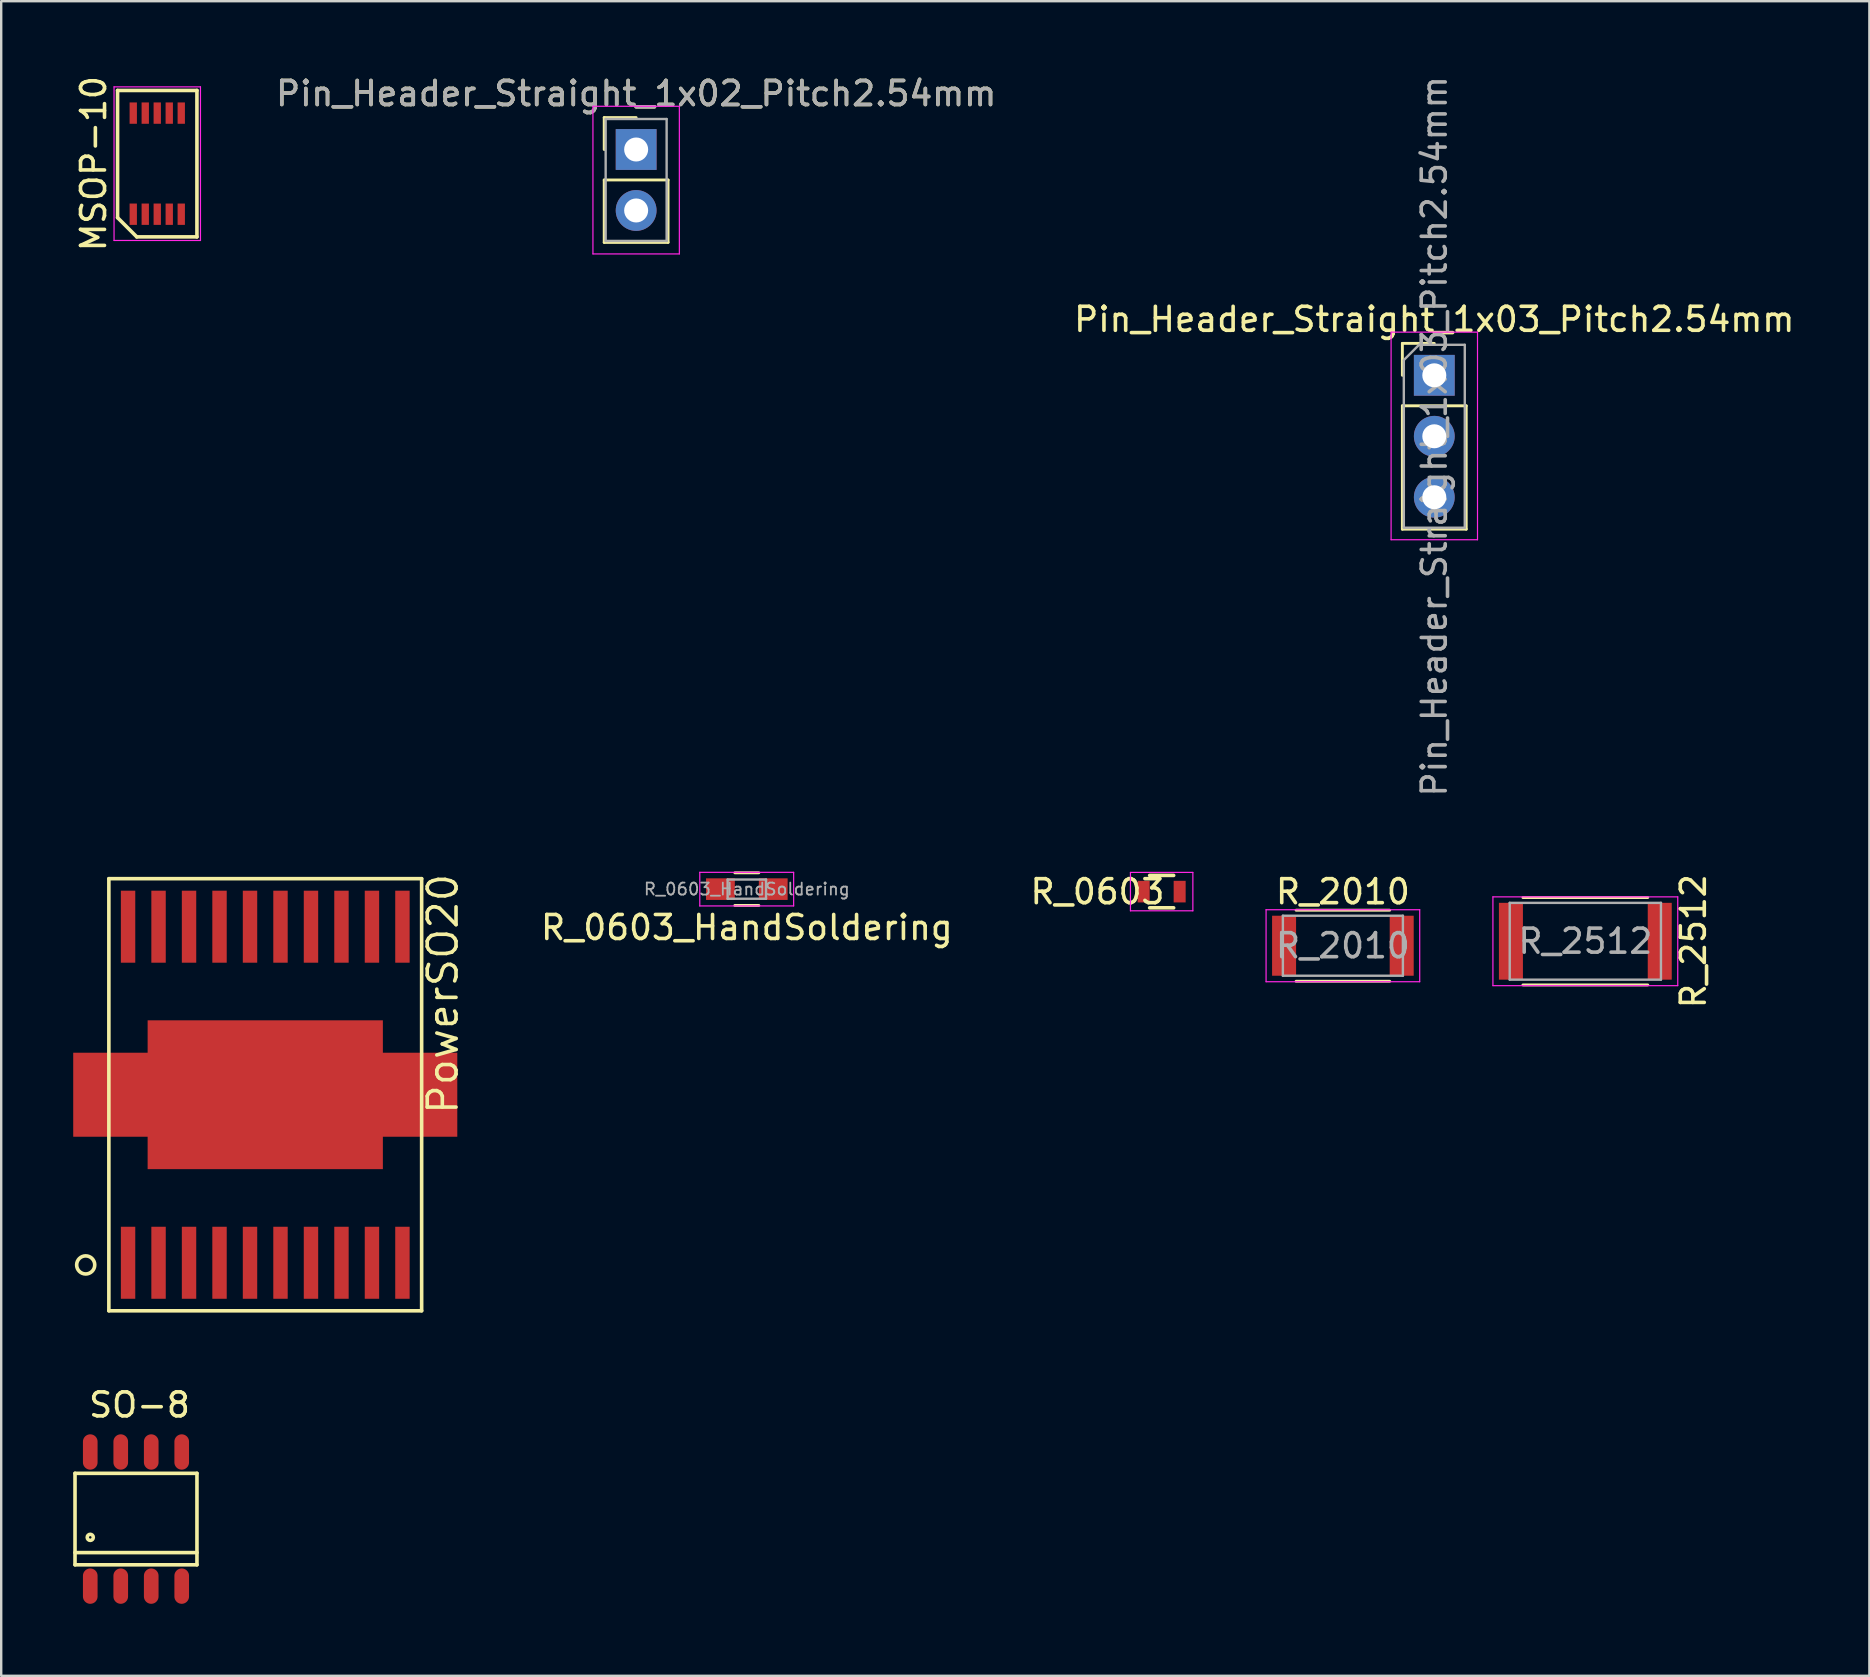
<source format=kicad_pcb>
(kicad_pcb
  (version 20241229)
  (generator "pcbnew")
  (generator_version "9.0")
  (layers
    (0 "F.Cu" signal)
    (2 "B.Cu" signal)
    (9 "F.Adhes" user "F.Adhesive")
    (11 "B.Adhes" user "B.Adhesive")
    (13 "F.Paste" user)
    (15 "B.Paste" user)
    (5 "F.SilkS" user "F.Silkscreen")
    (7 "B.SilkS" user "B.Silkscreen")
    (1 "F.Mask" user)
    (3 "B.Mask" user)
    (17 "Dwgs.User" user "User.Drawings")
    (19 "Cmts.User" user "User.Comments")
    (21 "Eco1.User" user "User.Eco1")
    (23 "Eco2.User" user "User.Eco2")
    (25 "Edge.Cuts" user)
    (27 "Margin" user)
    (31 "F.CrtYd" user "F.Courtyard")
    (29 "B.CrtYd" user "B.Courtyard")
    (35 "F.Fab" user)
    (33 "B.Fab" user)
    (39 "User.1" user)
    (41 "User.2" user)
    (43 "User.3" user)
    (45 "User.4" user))
  (footprint "R_0603_HandSoldering"
    (layer "F.Cu")
    (at 28.062 33.99)
    (property "Reference" "R_0603_HandSoldering" (at 0 1.6 0) (layer "F.SilkS") (effects (font (size 1 1) (thickness 0.15))))
    (attr smd)
    (fp_line (start -0.5 -0.68) (end 0.5 -0.68) (stroke (width 0.12) (type solid)) (layer "F.SilkS"))
    (fp_line (start 0.5 0.68) (end -0.5 0.68) (stroke (width 0.12) (type solid)) (layer "F.SilkS"))
    (fp_line (start -1.96 -0.7) (end -1.96 0.7) (stroke (width 0.05) (type solid)) (layer "F.CrtYd"))
    (fp_line (start -1.96 -0.7) (end 1.95 -0.7) (stroke (width 0.05) (type solid)) (layer "F.CrtYd"))
    (fp_line (start 1.95 0.7) (end -1.96 0.7) (stroke (width 0.05) (type solid)) (layer "F.CrtYd"))
    (fp_line (start 1.95 0.7) (end 1.95 -0.7) (stroke (width 0.05) (type solid)) (layer "F.CrtYd"))
    (fp_line (start -0.8 -0.4) (end 0.8 -0.4) (stroke (width 0.1) (type solid)) (layer "F.Fab"))
    (fp_line (start -0.8 0.4) (end -0.8 -0.4) (stroke (width 0.1) (type solid)) (layer "F.Fab"))
    (fp_line (start 0.8 -0.4) (end 0.8 0.4) (stroke (width 0.1) (type solid)) (layer "F.Fab"))
    (fp_line (start 0.8 0.4) (end -0.8 0.4) (stroke (width 0.1) (type solid)) (layer "F.Fab"))
    (fp_text user "${REFERENCE}" (at 0 0 0) (layer "F.Fab") (effects (font (size 0.5 0.5) (thickness 0.075))))
    (pad "1" smd rect (at -1.1 0) (size 1.2 0.9) (layers "F.Cu" "F.Mask" "F.Paste"))
    (pad "2" smd rect (at 1.1 0) (size 1.2 0.9) (layers "F.Cu" "F.Mask" "F.Paste")))
  (footprint "SO-8"
    (layer "F.Cu")
    (at 2.615 60.232)
    (property "Reference" "SO-8" (at 0.146 -4.754 0) (layer "F.SilkS") (effects (font (size 1 1) (thickness 0.15))))
    (attr through_hole)
    (fp_line (start -2.54 -1.905) (end 2.54 -1.905) (stroke (width 0.15) (type solid)) (layer "F.SilkS"))
    (fp_line (start -2.54 1.397) (end 2.54 1.397) (stroke (width 0.15) (type solid)) (layer "F.SilkS"))
    (fp_line (start -2.54 1.905) (end -2.54 -1.905) (stroke (width 0.15) (type solid)) (layer "F.SilkS"))
    (fp_line (start -2.54 1.905) (end 2.54 1.905) (stroke (width 0.15) (type solid)) (layer "F.SilkS"))
    (fp_line (start 2.54 1.905) (end 2.54 -1.905) (stroke (width 0.15) (type solid)) (layer "F.SilkS"))
    (fp_circle (center -1.905 0.762) (end -1.778 0.762) (stroke (width 0.15) (type solid)) (fill no) (layer "F.SilkS"))
    (pad "1" smd oval (at -1.905 2.794) (size 0.61 1.473) (layers "F.Cu" "F.Mask" "F.Paste"))
    (pad "2" smd oval (at -0.635 2.794) (size 0.61 1.473) (layers "F.Cu" "F.Mask" "F.Paste"))
    (pad "3" smd oval (at 0.635 2.794) (size 0.61 1.473) (layers "F.Cu" "F.Mask" "F.Paste"))
    (pad "4" smd oval (at 1.905 2.794) (size 0.61 1.473) (layers "F.Cu" "F.Mask" "F.Paste"))
    (pad "5" smd oval (at 1.905 -2.794) (size 0.61 1.473) (layers "F.Cu" "F.Mask" "F.Paste"))
    (pad "6" smd oval (at 0.635 -2.794) (size 0.61 1.473) (layers "F.Cu" "F.Mask" "F.Paste"))
    (pad "7" smd oval (at -0.635 -2.794) (size 0.61 1.473) (layers "F.Cu" "F.Mask" "F.Paste"))
    (pad "8" smd oval (at -1.905 -2.794) (size 0.61 1.473) (layers "F.Cu" "F.Mask" "F.Paste")))
  (footprint "Pin_Header_Straight_1x02_Pitch2.54mm"
    (layer "F.Cu")
    (at 23.451 3.178)
    (property "Reference" "Pin_Header_Straight_1x02_Pitch2.54mm" (at 0 -2.33 0) (layer "F.SilkS") (effects (font (size 1 1) (thickness 0.15))))
    (attr through_hole)
    (fp_line (start -1.33 -1.33) (end 0 -1.33) (stroke (width 0.12) (type solid)) (layer "F.SilkS"))
    (fp_line (start -1.33 0) (end -1.33 -1.33) (stroke (width 0.12) (type solid)) (layer "F.SilkS"))
    (fp_line (start -1.33 1.27) (end -1.33 3.87) (stroke (width 0.12) (type solid)) (layer "F.SilkS"))
    (fp_line (start -1.33 3.87) (end 1.33 3.87) (stroke (width 0.12) (type solid)) (layer "F.SilkS"))
    (fp_line (start 1.33 1.27) (end -1.33 1.27) (stroke (width 0.12) (type solid)) (layer "F.SilkS"))
    (fp_line (start 1.33 3.87) (end 1.33 1.27) (stroke (width 0.12) (type solid)) (layer "F.SilkS"))
    (fp_line (start -1.8 -1.8) (end -1.8 4.35) (stroke (width 0.05) (type solid)) (layer "F.CrtYd"))
    (fp_line (start -1.8 4.35) (end 1.8 4.35) (stroke (width 0.05) (type solid)) (layer "F.CrtYd"))
    (fp_line (start 1.8 -1.8) (end -1.8 -1.8) (stroke (width 0.05) (type solid)) (layer "F.CrtYd"))
    (fp_line (start 1.8 4.35) (end 1.8 -1.8) (stroke (width 0.05) (type solid)) (layer "F.CrtYd"))
    (fp_line (start -1.27 -1.27) (end -1.27 3.81) (stroke (width 0.1) (type solid)) (layer "F.Fab"))
    (fp_line (start -1.27 3.81) (end 1.27 3.81) (stroke (width 0.1) (type solid)) (layer "F.Fab"))
    (fp_line (start 1.27 -1.27) (end -1.27 -1.27) (stroke (width 0.1) (type solid)) (layer "F.Fab"))
    (fp_line (start 1.27 3.81) (end 1.27 -1.27) (stroke (width 0.1) (type solid)) (layer "F.Fab"))
    (fp_text user "${REFERENCE}" (at 0 -2.33 0) (layer "F.Fab") (effects (font (size 1 1) (thickness 0.15))))
    (pad "1" thru_hole rect (at 0 0) (size 1.7 1.7) (drill 1) (layers "*.Cu" "*.Mask"))
    (pad "2" thru_hole oval (at 0 2.54) (size 1.7 1.7) (drill 1) (layers "*.Cu" "*.Mask")))
  (footprint "PowerSO20"
    (layer "F.Cu")
    (at 8 42.555)
    (property "Reference" "PowerSO20" (at 7.4 -4.2 90) (layer "F.SilkS") (effects (font (size 1.2 1.2) (thickness 0.15))))
    (attr through_hole)
    (fp_line (start -6.515 -9) (end -6.515 9) (stroke (width 0.15) (type solid)) (layer "F.SilkS"))
    (fp_line (start -6.515 9) (end 6.515 9) (stroke (width 0.15) (type solid)) (layer "F.SilkS"))
    (fp_line (start 6.515 -9) (end -6.515 -9) (stroke (width 0.15) (type solid)) (layer "F.SilkS"))
    (fp_line (start 6.515 9) (end 6.515 -9) (stroke (width 0.15) (type solid)) (layer "F.SilkS"))
    (fp_circle (center -7.48 7.09) (end -7.13 7.23) (stroke (width 0.15) (type solid)) (fill no) (layer "F.SilkS"))
    (pad "1" smd rect (at -5.715 7) (size 0.6 3) (layers "F.Cu" "F.Mask" "F.Paste"))
    (pad "2" smd rect (at -4.445 7) (size 0.6 3) (layers "F.Cu" "F.Mask" "F.Paste"))
    (pad "3" smd rect (at -3.175 7) (size 0.6 3) (layers "F.Cu" "F.Mask" "F.Paste"))
    (pad "4" smd rect (at -1.905 7) (size 0.6 3) (layers "F.Cu" "F.Mask" "F.Paste"))
    (pad "5" smd rect (at -0.635 7) (size 0.6 3) (layers "F.Cu" "F.Mask" "F.Paste"))
    (pad "6" smd rect (at 0.635 7) (size 0.6 3) (layers "F.Cu" "F.Mask" "F.Paste"))
    (pad "7" smd rect (at 1.905 7) (size 0.6 3) (layers "F.Cu" "F.Mask" "F.Paste"))
    (pad "8" smd rect (at 3.175 7) (size 0.6 3) (layers "F.Cu" "F.Mask" "F.Paste"))
    (pad "9" smd rect (at 4.445 7) (size 0.6 3) (layers "F.Cu" "F.Mask" "F.Paste"))
    (pad "10" smd rect (at 5.715 7) (size 0.6 3) (layers "F.Cu" "F.Mask" "F.Paste"))
    (pad "11" smd rect (at 5.715 -7) (size 0.6 3) (layers "F.Cu" "F.Mask" "F.Paste"))
    (pad "12" smd rect (at 4.445 -7) (size 0.6 3) (layers "F.Cu" "F.Mask" "F.Paste"))
    (pad "13" smd rect (at 3.175 -7) (size 0.6 3) (layers "F.Cu" "F.Mask" "F.Paste"))
    (pad "14" smd rect (at 1.905 -7) (size 0.6 3) (layers "F.Cu" "F.Mask" "F.Paste"))
    (pad "15" smd rect (at 0.635 -7) (size 0.6 3) (layers "F.Cu" "F.Mask" "F.Paste"))
    (pad "16" smd rect (at -0.635 -7) (size 0.6 3) (layers "F.Cu" "F.Mask" "F.Paste"))
    (pad "17" smd rect (at -1.905 -7) (size 0.6 3) (layers "F.Cu" "F.Mask" "F.Paste"))
    (pad "18" smd rect (at -3.175 -7) (size 0.6 3) (layers "F.Cu" "F.Mask" "F.Paste"))
    (pad "19" smd rect (at -4.445 -7) (size 0.6 3) (layers "F.Cu" "F.Mask" "F.Paste"))
    (pad "20" smd rect (at -5.715 -7) (size 0.6 3) (layers "F.Cu" "F.Mask" "F.Paste"))
    (pad "EP" smd rect (at 0 0) (size 9.8 6.2) (layers "F.Cu" "F.Mask" "F.Paste"))
    (pad "EP" smd rect (at 0 0) (size 16 3.5) (layers "F.Cu" "F.Mask" "F.Paste")))
  (footprint "R_2512"
    (layer "F.Cu")
    (at 62.993 36.161)
    (property "Reference" "R_2512" (at 4.5 0 270) (layer "F.SilkS") (effects (font (size 1 1) (thickness 0.15))))
    (attr smd)
    (fp_line (start -2.6 -1.82) (end 2.6 -1.82) (stroke (width 0.12) (type solid)) (layer "F.SilkS"))
    (fp_line (start 2.6 1.82) (end -2.6 1.82) (stroke (width 0.12) (type solid)) (layer "F.SilkS"))
    (fp_line (start -3.85 -1.85) (end -3.85 1.85) (stroke (width 0.05) (type solid)) (layer "F.CrtYd"))
    (fp_line (start -3.85 -1.85) (end 3.85 -1.85) (stroke (width 0.05) (type solid)) (layer "F.CrtYd"))
    (fp_line (start 3.85 1.85) (end -3.85 1.85) (stroke (width 0.05) (type solid)) (layer "F.CrtYd"))
    (fp_line (start 3.85 1.85) (end 3.85 -1.85) (stroke (width 0.05) (type solid)) (layer "F.CrtYd"))
    (fp_line (start -3.15 -1.6) (end 3.15 -1.6) (stroke (width 0.1) (type solid)) (layer "F.Fab"))
    (fp_line (start -3.15 1.6) (end -3.15 -1.6) (stroke (width 0.1) (type solid)) (layer "F.Fab"))
    (fp_line (start 3.15 -1.6) (end 3.15 1.6) (stroke (width 0.1) (type solid)) (layer "F.Fab"))
    (fp_line (start 3.15 1.6) (end -3.15 1.6) (stroke (width 0.1) (type solid)) (layer "F.Fab"))
    (fp_text user "${REFERENCE}" (at 0 0 0) (layer "F.Fab") (effects (font (size 1 1) (thickness 0.15))))
    (pad "1" smd rect (at -3.1 0) (size 1 3.2) (layers "F.Cu" "F.Mask" "F.Paste"))
    (pad "2" smd rect (at 3.1 0) (size 1 3.2) (layers "F.Cu" "F.Mask" "F.Paste")))
  (footprint "R_2010"
    (layer "F.Cu")
    (at 52.893 36.348)
    (property "Reference" "R_2010" (at 0 -2.25 0) (layer "F.SilkS") (effects (font (size 1 1) (thickness 0.15))))
    (attr smd)
    (fp_line (start -1.95 -1.48) (end 1.95 -1.48) (stroke (width 0.12) (type solid)) (layer "F.SilkS"))
    (fp_line (start 1.95 1.48) (end -1.95 1.48) (stroke (width 0.12) (type solid)) (layer "F.SilkS"))
    (fp_line (start -3.2 -1.5) (end -3.2 1.5) (stroke (width 0.05) (type solid)) (layer "F.CrtYd"))
    (fp_line (start -3.2 -1.5) (end 3.2 -1.5) (stroke (width 0.05) (type solid)) (layer "F.CrtYd"))
    (fp_line (start 3.2 1.5) (end -3.2 1.5) (stroke (width 0.05) (type solid)) (layer "F.CrtYd"))
    (fp_line (start 3.2 1.5) (end 3.2 -1.5) (stroke (width 0.05) (type solid)) (layer "F.CrtYd"))
    (fp_line (start -2.5 -1.25) (end 2.5 -1.25) (stroke (width 0.1) (type solid)) (layer "F.Fab"))
    (fp_line (start -2.5 1.25) (end -2.5 -1.25) (stroke (width 0.1) (type solid)) (layer "F.Fab"))
    (fp_line (start 2.5 -1.25) (end 2.5 1.25) (stroke (width 0.1) (type solid)) (layer "F.Fab"))
    (fp_line (start 2.5 1.25) (end -2.5 1.25) (stroke (width 0.1) (type solid)) (layer "F.Fab"))
    (fp_text user "${REFERENCE}" (at 0 0 0) (layer "F.Fab") (effects (font (size 1 1) (thickness 0.15))))
    (pad "1" smd rect (at -2.45 0) (size 1 2.5) (layers "F.Cu" "F.Mask" "F.Paste"))
    (pad "2" smd rect (at 2.45 0) (size 1 2.5) (layers "F.Cu" "F.Mask" "F.Paste")))
  (footprint "Pin_Header_Straight_1x03_Pitch2.54mm"
    (layer "F.Cu")
    (at 56.701 12.585)
    (property "Reference" "Pin_Header_Straight_1x03_Pitch2.54mm" (at 0 -2.33 0) (layer "F.SilkS") (effects (font (size 1 1) (thickness 0.15))))
    (attr through_hole)
    (fp_line (start -1.33 -1.33) (end 0 -1.33) (stroke (width 0.12) (type solid)) (layer "F.SilkS"))
    (fp_line (start -1.33 0) (end -1.33 -1.33) (stroke (width 0.12) (type solid)) (layer "F.SilkS"))
    (fp_line (start -1.33 1.27) (end -1.33 6.41) (stroke (width 0.12) (type solid)) (layer "F.SilkS"))
    (fp_line (start -1.33 1.27) (end 1.33 1.27) (stroke (width 0.12) (type solid)) (layer "F.SilkS"))
    (fp_line (start -1.33 6.41) (end 1.33 6.41) (stroke (width 0.12) (type solid)) (layer "F.SilkS"))
    (fp_line (start 1.33 1.27) (end 1.33 6.41) (stroke (width 0.12) (type solid)) (layer "F.SilkS"))
    (fp_line (start -1.8 -1.8) (end -1.8 6.85) (stroke (width 0.05) (type solid)) (layer "F.CrtYd"))
    (fp_line (start -1.8 6.85) (end 1.8 6.85) (stroke (width 0.05) (type solid)) (layer "F.CrtYd"))
    (fp_line (start 1.8 -1.8) (end -1.8 -1.8) (stroke (width 0.05) (type solid)) (layer "F.CrtYd"))
    (fp_line (start 1.8 6.85) (end 1.8 -1.8) (stroke (width 0.05) (type solid)) (layer "F.CrtYd"))
    (fp_line (start -1.27 -0.635) (end -0.635 -1.27) (stroke (width 0.1) (type solid)) (layer "F.Fab"))
    (fp_line (start -1.27 6.35) (end -1.27 -0.635) (stroke (width 0.1) (type solid)) (layer "F.Fab"))
    (fp_line (start -0.635 -1.27) (end 1.27 -1.27) (stroke (width 0.1) (type solid)) (layer "F.Fab"))
    (fp_line (start 1.27 -1.27) (end 1.27 6.35) (stroke (width 0.1) (type solid)) (layer "F.Fab"))
    (fp_line (start 1.27 6.35) (end -1.27 6.35) (stroke (width 0.1) (type solid)) (layer "F.Fab"))
    (fp_text user "${REFERENCE}" (at 0 2.54 90) (layer "F.Fab") (effects (font (size 1 1) (thickness 0.15))))
    (pad "1" thru_hole rect (at 0 0) (size 1.7 1.7) (drill 1) (layers "*.Cu" "*.Mask"))
    (pad "2" thru_hole oval (at 0 2.54) (size 1.7 1.7) (drill 1) (layers "*.Cu" "*.Mask"))
    (pad "3" thru_hole oval (at 0 5.08) (size 1.7 1.7) (drill 1) (layers "*.Cu" "*.Mask")))
  (footprint "MSOP-10"
    (layer "F.Cu")
    (at 3.501 3.768)
    (property "Reference" "MSOP-10" (at -2.652 0 90) (layer "F.SilkS") (effects (font (size 1 1) (thickness 0.15))))
    (attr smd)
    (fp_line (start -1.653 -3.05) (end 1.653 -3.05) (stroke (width 0.15) (type solid)) (layer "F.SilkS"))
    (fp_line (start -1.653 2.25) (end -1.653 -3.05) (stroke (width 0.15) (type solid)) (layer "F.SilkS"))
    (fp_line (start -0.853 3.05) (end -1.653 2.25) (stroke (width 0.15) (type solid)) (layer "F.SilkS"))
    (fp_line (start 1.653 -3.05) (end 1.653 3.05) (stroke (width 0.15) (type solid)) (layer "F.SilkS"))
    (fp_line (start 1.653 3.05) (end -0.853 3.05) (stroke (width 0.15) (type solid)) (layer "F.SilkS"))
    (fp_line (start -1.8 -3.2) (end 1.8 -3.2) (stroke (width 0.05) (type solid)) (layer "F.CrtYd"))
    (fp_line (start -1.8 3.2) (end -1.8 -3.2) (stroke (width 0.05) (type solid)) (layer "F.CrtYd"))
    (fp_line (start 1.8 -3.2) (end 1.8 3.2) (stroke (width 0.05) (type solid)) (layer "F.CrtYd"))
    (fp_line (start 1.8 3.2) (end -1.8 3.2) (stroke (width 0.05) (type solid)) (layer "F.CrtYd"))
    (pad "1" smd rect (at -1 2.106) (size 0.305 0.889) (layers "F.Cu" "F.Mask" "F.Paste"))
    (pad "2" smd rect (at -0.5 2.106) (size 0.305 0.889) (layers "F.Cu" "F.Mask" "F.Paste"))
    (pad "3" smd rect (at 0 2.106) (size 0.305 0.889) (layers "F.Cu" "F.Mask" "F.Paste"))
    (pad "4" smd rect (at 0.5 2.106) (size 0.305 0.889) (layers "F.Cu" "F.Mask" "F.Paste"))
    (pad "5" smd rect (at 1 2.106) (size 0.305 0.889) (layers "F.Cu" "F.Mask" "F.Paste"))
    (pad "6" smd rect (at 1 -2.106) (size 0.305 0.889) (layers "F.Cu" "F.Mask" "F.Paste"))
    (pad "7" smd rect (at 0.5 -2.106) (size 0.305 0.889) (layers "F.Cu" "F.Mask" "F.Paste"))
    (pad "8" smd rect (at 0 -2.106) (size 0.305 0.889) (layers "F.Cu" "F.Mask" "F.Paste"))
    (pad "9" smd rect (at -0.5 -2.106) (size 0.305 0.889) (layers "F.Cu" "F.Mask" "F.Paste"))
    (pad "10" smd rect (at -1 -2.106) (size 0.305 0.889) (layers "F.Cu" "F.Mask" "F.Paste")))
  (footprint "R_0603"
    (layer "F.Cu")
    (at 45.343 34.094)
    (property "Reference" "R_0603" (at -2.674 0.004 180) (layer "F.SilkS") (effects (font (size 1 1) (thickness 0.15))))
    (attr smd)
    (fp_line (start -0.5 -0.675) (end 0.5 -0.675) (stroke (width 0.15) (type solid)) (layer "F.SilkS"))
    (fp_line (start 0.5 0.675) (end -0.5 0.675) (stroke (width 0.15) (type solid)) (layer "F.SilkS"))
    (fp_line (start -1.3 -0.8) (end -1.3 0.8) (stroke (width 0.05) (type solid)) (layer "F.CrtYd"))
    (fp_line (start -1.3 -0.8) (end 1.3 -0.8) (stroke (width 0.05) (type solid)) (layer "F.CrtYd"))
    (fp_line (start -1.3 0.8) (end 1.3 0.8) (stroke (width 0.05) (type solid)) (layer "F.CrtYd"))
    (fp_line (start 1.3 -0.8) (end 1.3 0.8) (stroke (width 0.05) (type solid)) (layer "F.CrtYd"))
    (pad "1" smd rect (at -0.75 0) (size 0.5 0.9) (layers "F.Cu" "F.Mask" "F.Paste"))
    (pad "2" smd rect (at 0.75 0) (size 0.5 0.9) (layers "F.Cu" "F.Mask" "F.Paste")))
  (gr_rect
    (start -3 -3)
    (end 74.826 66.763)
    (stroke (width 0.1) (type default))
    (fill no)
    (layer "Edge.Cuts")))
</source>
